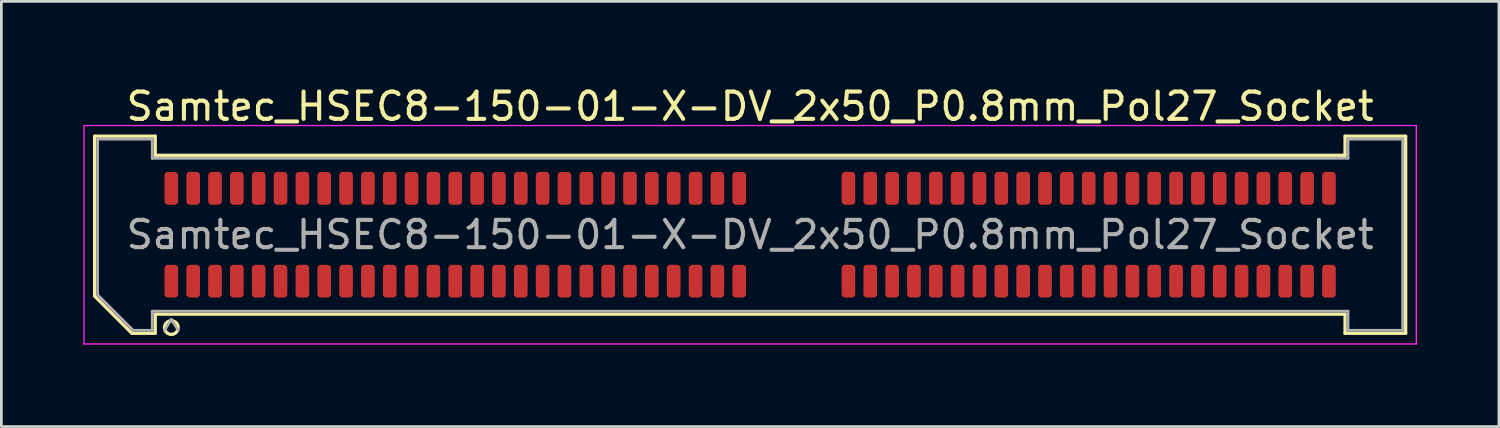
<source format=kicad_pcb>
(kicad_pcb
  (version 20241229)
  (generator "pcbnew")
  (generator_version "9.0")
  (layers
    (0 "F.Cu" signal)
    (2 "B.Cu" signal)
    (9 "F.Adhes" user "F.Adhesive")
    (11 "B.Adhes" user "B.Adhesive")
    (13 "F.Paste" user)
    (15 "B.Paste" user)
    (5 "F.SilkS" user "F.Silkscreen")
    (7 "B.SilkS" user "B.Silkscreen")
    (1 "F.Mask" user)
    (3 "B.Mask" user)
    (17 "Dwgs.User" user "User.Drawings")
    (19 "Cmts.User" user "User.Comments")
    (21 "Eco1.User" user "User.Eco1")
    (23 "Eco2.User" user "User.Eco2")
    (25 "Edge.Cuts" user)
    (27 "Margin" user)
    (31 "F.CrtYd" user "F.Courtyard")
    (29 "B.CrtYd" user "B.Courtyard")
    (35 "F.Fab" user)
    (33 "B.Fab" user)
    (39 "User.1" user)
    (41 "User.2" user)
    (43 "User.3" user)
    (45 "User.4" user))
  (footprint "Samtec_HSEC8-150-01-X-DV_2x50_P0.8mm_Pol27_Socket"
    (layer "F.Cu")
    (at 24.425 5.548)
    (property "Reference" "Samtec_HSEC8-150-01-X-DV_2x50_P0.8mm_Pol27_Socket" (at 0 -4.7 0) (layer "F.SilkS") (effects (font (size 1 1) (thickness 0.15))))
    (attr smd)
    (fp_line (start -24.01 -3.61) (end -21.79 -3.61) (stroke (width 0.12) (type solid)) (layer "F.SilkS"))
    (fp_line (start -24.01 2.246) (end -24.01 -3.61) (stroke (width 0.12) (type solid)) (layer "F.SilkS"))
    (fp_line (start -22.646 3.61) (end -24.01 2.246) (stroke (width 0.12) (type solid)) (layer "F.SilkS"))
    (fp_line (start -21.79 -3.61) (end -21.79 -2.91) (stroke (width 0.12) (type solid)) (layer "F.SilkS"))
    (fp_line (start -21.79 -2.91) (end 21.79 -2.91) (stroke (width 0.12) (type solid)) (layer "F.SilkS"))
    (fp_line (start -21.79 2.91) (end -21.79 3.61) (stroke (width 0.12) (type solid)) (layer "F.SilkS"))
    (fp_line (start -21.79 3.61) (end -22.646 3.61) (stroke (width 0.12) (type solid)) (layer "F.SilkS"))
    (fp_line (start 21.79 -3.61) (end 24.01 -3.61) (stroke (width 0.12) (type solid)) (layer "F.SilkS"))
    (fp_line (start 21.79 -2.91) (end 21.79 -3.61) (stroke (width 0.12) (type solid)) (layer "F.SilkS"))
    (fp_line (start 21.79 2.91) (end -21.79 2.91) (stroke (width 0.12) (type solid)) (layer "F.SilkS"))
    (fp_line (start 21.79 3.61) (end 21.79 2.91) (stroke (width 0.12) (type solid)) (layer "F.SilkS"))
    (fp_line (start 24.01 -3.61) (end 24.01 3.61) (stroke (width 0.12) (type solid)) (layer "F.SilkS"))
    (fp_line (start 24.01 3.61) (end 21.79 3.61) (stroke (width 0.12) (type solid)) (layer "F.SilkS"))
    (fp_arc (start -20.95 3.4) (mid -21.45 3.4) (end -20.95 3.4) (stroke (width 0.12) (type solid)) (layer "F.SilkS"))
    (fp_line (start -24.4 -4) (end -24.4 4) (stroke (width 0.05) (type solid)) (layer "F.CrtYd"))
    (fp_line (start -24.4 4) (end 24.4 4) (stroke (width 0.05) (type solid)) (layer "F.CrtYd"))
    (fp_line (start 24.4 -4) (end -24.4 -4) (stroke (width 0.05) (type solid)) (layer "F.CrtYd"))
    (fp_line (start 24.4 4) (end 24.4 -4) (stroke (width 0.05) (type solid)) (layer "F.CrtYd"))
    (fp_line (start -23.9 -3.5) (end -21.9 -3.5) (stroke (width 0.1) (type solid)) (layer "F.Fab"))
    (fp_line (start -23.9 2.2) (end -23.9 -3.5) (stroke (width 0.1) (type solid)) (layer "F.Fab"))
    (fp_line (start -22.6 3.5) (end -23.9 2.2) (stroke (width 0.1) (type solid)) (layer "F.Fab"))
    (fp_line (start -21.9 -3.5) (end -21.9 -2.8) (stroke (width 0.1) (type solid)) (layer "F.Fab"))
    (fp_line (start -21.9 -2.8) (end 21.9 -2.8) (stroke (width 0.1) (type solid)) (layer "F.Fab"))
    (fp_line (start -21.9 2.8) (end -21.9 3.5) (stroke (width 0.1) (type solid)) (layer "F.Fab"))
    (fp_line (start -21.9 3.5) (end -22.6 3.5) (stroke (width 0.1) (type solid)) (layer "F.Fab"))
    (fp_line (start -21.2 3.1) (end -21.45 3.5) (stroke (width 0.1) (type solid)) (layer "F.Fab"))
    (fp_line (start -21.2 3.1) (end -20.95 3.5) (stroke (width 0.1) (type solid)) (layer "F.Fab"))
    (fp_line (start 21.9 -3.5) (end 23.9 -3.5) (stroke (width 0.1) (type solid)) (layer "F.Fab"))
    (fp_line (start 21.9 -2.8) (end 21.9 -3.5) (stroke (width 0.1) (type solid)) (layer "F.Fab"))
    (fp_line (start 21.9 2.8) (end -21.9 2.8) (stroke (width 0.1) (type solid)) (layer "F.Fab"))
    (fp_line (start 21.9 3.5) (end 21.9 2.8) (stroke (width 0.1) (type solid)) (layer "F.Fab"))
    (fp_line (start 23.9 -3.5) (end 23.9 3.5) (stroke (width 0.1) (type solid)) (layer "F.Fab"))
    (fp_line (start 23.9 3.5) (end 21.9 3.5) (stroke (width 0.1) (type solid)) (layer "F.Fab"))
    (fp_text user "${REFERENCE}" (at 0 0 0) (layer "F.Fab") (effects (font (size 1 1) (thickness 0.15))))
    (pad "1" smd roundrect (at -21.2 1.7) (size 0.5 1.2) (layers "F.Cu" "F.Mask" "F.Paste") (roundrect_rratio 0.25))
    (pad "2" smd roundrect (at -21.2 -1.7) (size 0.5 1.2) (layers "F.Cu" "F.Mask" "F.Paste") (roundrect_rratio 0.25))
    (pad "3" smd roundrect (at -20.4 1.7) (size 0.5 1.2) (layers "F.Cu" "F.Mask" "F.Paste") (roundrect_rratio 0.25))
    (pad "4" smd roundrect (at -20.4 -1.7) (size 0.5 1.2) (layers "F.Cu" "F.Mask" "F.Paste") (roundrect_rratio 0.25))
    (pad "5" smd roundrect (at -19.6 1.7) (size 0.5 1.2) (layers "F.Cu" "F.Mask" "F.Paste") (roundrect_rratio 0.25))
    (pad "6" smd roundrect (at -19.6 -1.7) (size 0.5 1.2) (layers "F.Cu" "F.Mask" "F.Paste") (roundrect_rratio 0.25))
    (pad "7" smd roundrect (at -18.8 1.7) (size 0.5 1.2) (layers "F.Cu" "F.Mask" "F.Paste") (roundrect_rratio 0.25))
    (pad "8" smd roundrect (at -18.8 -1.7) (size 0.5 1.2) (layers "F.Cu" "F.Mask" "F.Paste") (roundrect_rratio 0.25))
    (pad "9" smd roundrect (at -18 1.7) (size 0.5 1.2) (layers "F.Cu" "F.Mask" "F.Paste") (roundrect_rratio 0.25))
    (pad "10" smd roundrect (at -18 -1.7) (size 0.5 1.2) (layers "F.Cu" "F.Mask" "F.Paste") (roundrect_rratio 0.25))
    (pad "11" smd roundrect (at -17.2 1.7) (size 0.5 1.2) (layers "F.Cu" "F.Mask" "F.Paste") (roundrect_rratio 0.25))
    (pad "12" smd roundrect (at -17.2 -1.7) (size 0.5 1.2) (layers "F.Cu" "F.Mask" "F.Paste") (roundrect_rratio 0.25))
    (pad "13" smd roundrect (at -16.4 1.7) (size 0.5 1.2) (layers "F.Cu" "F.Mask" "F.Paste") (roundrect_rratio 0.25))
    (pad "14" smd roundrect (at -16.4 -1.7) (size 0.5 1.2) (layers "F.Cu" "F.Mask" "F.Paste") (roundrect_rratio 0.25))
    (pad "15" smd roundrect (at -15.6 1.7) (size 0.5 1.2) (layers "F.Cu" "F.Mask" "F.Paste") (roundrect_rratio 0.25))
    (pad "16" smd roundrect (at -15.6 -1.7) (size 0.5 1.2) (layers "F.Cu" "F.Mask" "F.Paste") (roundrect_rratio 0.25))
    (pad "17" smd roundrect (at -14.8 1.7) (size 0.5 1.2) (layers "F.Cu" "F.Mask" "F.Paste") (roundrect_rratio 0.25))
    (pad "18" smd roundrect (at -14.8 -1.7) (size 0.5 1.2) (layers "F.Cu" "F.Mask" "F.Paste") (roundrect_rratio 0.25))
    (pad "19" smd roundrect (at -14 1.7) (size 0.5 1.2) (layers "F.Cu" "F.Mask" "F.Paste") (roundrect_rratio 0.25))
    (pad "20" smd roundrect (at -14 -1.7) (size 0.5 1.2) (layers "F.Cu" "F.Mask" "F.Paste") (roundrect_rratio 0.25))
    (pad "21" smd roundrect (at -13.2 1.7) (size 0.5 1.2) (layers "F.Cu" "F.Mask" "F.Paste") (roundrect_rratio 0.25))
    (pad "22" smd roundrect (at -13.2 -1.7) (size 0.5 1.2) (layers "F.Cu" "F.Mask" "F.Paste") (roundrect_rratio 0.25))
    (pad "23" smd roundrect (at -12.4 1.7) (size 0.5 1.2) (layers "F.Cu" "F.Mask" "F.Paste") (roundrect_rratio 0.25))
    (pad "24" smd roundrect (at -12.4 -1.7) (size 0.5 1.2) (layers "F.Cu" "F.Mask" "F.Paste") (roundrect_rratio 0.25))
    (pad "25" smd roundrect (at -11.6 1.7) (size 0.5 1.2) (layers "F.Cu" "F.Mask" "F.Paste") (roundrect_rratio 0.25))
    (pad "26" smd roundrect (at -11.6 -1.7) (size 0.5 1.2) (layers "F.Cu" "F.Mask" "F.Paste") (roundrect_rratio 0.25))
    (pad "27" smd roundrect (at -10.8 1.7) (size 0.5 1.2) (layers "F.Cu" "F.Mask" "F.Paste") (roundrect_rratio 0.25))
    (pad "28" smd roundrect (at -10.8 -1.7) (size 0.5 1.2) (layers "F.Cu" "F.Mask" "F.Paste") (roundrect_rratio 0.25))
    (pad "29" smd roundrect (at -10 1.7) (size 0.5 1.2) (layers "F.Cu" "F.Mask" "F.Paste") (roundrect_rratio 0.25))
    (pad "30" smd roundrect (at -10 -1.7) (size 0.5 1.2) (layers "F.Cu" "F.Mask" "F.Paste") (roundrect_rratio 0.25))
    (pad "31" smd roundrect (at -9.2 1.7) (size 0.5 1.2) (layers "F.Cu" "F.Mask" "F.Paste") (roundrect_rratio 0.25))
    (pad "32" smd roundrect (at -9.2 -1.7) (size 0.5 1.2) (layers "F.Cu" "F.Mask" "F.Paste") (roundrect_rratio 0.25))
    (pad "33" smd roundrect (at -8.4 1.7) (size 0.5 1.2) (layers "F.Cu" "F.Mask" "F.Paste") (roundrect_rratio 0.25))
    (pad "34" smd roundrect (at -8.4 -1.7) (size 0.5 1.2) (layers "F.Cu" "F.Mask" "F.Paste") (roundrect_rratio 0.25))
    (pad "35" smd roundrect (at -7.6 1.7) (size 0.5 1.2) (layers "F.Cu" "F.Mask" "F.Paste") (roundrect_rratio 0.25))
    (pad "36" smd roundrect (at -7.6 -1.7) (size 0.5 1.2) (layers "F.Cu" "F.Mask" "F.Paste") (roundrect_rratio 0.25))
    (pad "37" smd roundrect (at -6.8 1.7) (size 0.5 1.2) (layers "F.Cu" "F.Mask" "F.Paste") (roundrect_rratio 0.25))
    (pad "38" smd roundrect (at -6.8 -1.7) (size 0.5 1.2) (layers "F.Cu" "F.Mask" "F.Paste") (roundrect_rratio 0.25))
    (pad "39" smd roundrect (at -6 1.7) (size 0.5 1.2) (layers "F.Cu" "F.Mask" "F.Paste") (roundrect_rratio 0.25))
    (pad "40" smd roundrect (at -6 -1.7) (size 0.5 1.2) (layers "F.Cu" "F.Mask" "F.Paste") (roundrect_rratio 0.25))
    (pad "41" smd roundrect (at -5.2 1.7) (size 0.5 1.2) (layers "F.Cu" "F.Mask" "F.Paste") (roundrect_rratio 0.25))
    (pad "42" smd roundrect (at -5.2 -1.7) (size 0.5 1.2) (layers "F.Cu" "F.Mask" "F.Paste") (roundrect_rratio 0.25))
    (pad "43" smd roundrect (at -4.4 1.7) (size 0.5 1.2) (layers "F.Cu" "F.Mask" "F.Paste") (roundrect_rratio 0.25))
    (pad "44" smd roundrect (at -4.4 -1.7) (size 0.5 1.2) (layers "F.Cu" "F.Mask" "F.Paste") (roundrect_rratio 0.25))
    (pad "45" smd roundrect (at -3.6 1.7) (size 0.5 1.2) (layers "F.Cu" "F.Mask" "F.Paste") (roundrect_rratio 0.25))
    (pad "46" smd roundrect (at -3.6 -1.7) (size 0.5 1.2) (layers "F.Cu" "F.Mask" "F.Paste") (roundrect_rratio 0.25))
    (pad "47" smd roundrect (at -2.8 1.7) (size 0.5 1.2) (layers "F.Cu" "F.Mask" "F.Paste") (roundrect_rratio 0.25))
    (pad "48" smd roundrect (at -2.8 -1.7) (size 0.5 1.2) (layers "F.Cu" "F.Mask" "F.Paste") (roundrect_rratio 0.25))
    (pad "49" smd roundrect (at -2 1.7) (size 0.5 1.2) (layers "F.Cu" "F.Mask" "F.Paste") (roundrect_rratio 0.25))
    (pad "50" smd roundrect (at -2 -1.7) (size 0.5 1.2) (layers "F.Cu" "F.Mask" "F.Paste") (roundrect_rratio 0.25))
    (pad "51" smd roundrect (at -1.2 1.7) (size 0.5 1.2) (layers "F.Cu" "F.Mask" "F.Paste") (roundrect_rratio 0.25))
    (pad "52" smd roundrect (at -1.2 -1.7) (size 0.5 1.2) (layers "F.Cu" "F.Mask" "F.Paste") (roundrect_rratio 0.25))
    (pad "53" smd roundrect (at -0.4 1.7) (size 0.5 1.2) (layers "F.Cu" "F.Mask" "F.Paste") (roundrect_rratio 0.25))
    (pad "54" smd roundrect (at -0.4 -1.7) (size 0.5 1.2) (layers "F.Cu" "F.Mask" "F.Paste") (roundrect_rratio 0.25))
    (pad "55" smd roundrect (at 3.6 1.7) (size 0.5 1.2) (layers "F.Cu" "F.Mask" "F.Paste") (roundrect_rratio 0.25))
    (pad "56" smd roundrect (at 3.6 -1.7) (size 0.5 1.2) (layers "F.Cu" "F.Mask" "F.Paste") (roundrect_rratio 0.25))
    (pad "57" smd roundrect (at 4.4 1.7) (size 0.5 1.2) (layers "F.Cu" "F.Mask" "F.Paste") (roundrect_rratio 0.25))
    (pad "58" smd roundrect (at 4.4 -1.7) (size 0.5 1.2) (layers "F.Cu" "F.Mask" "F.Paste") (roundrect_rratio 0.25))
    (pad "59" smd roundrect (at 5.2 1.7) (size 0.5 1.2) (layers "F.Cu" "F.Mask" "F.Paste") (roundrect_rratio 0.25))
    (pad "60" smd roundrect (at 5.2 -1.7) (size 0.5 1.2) (layers "F.Cu" "F.Mask" "F.Paste") (roundrect_rratio 0.25))
    (pad "61" smd roundrect (at 6 1.7) (size 0.5 1.2) (layers "F.Cu" "F.Mask" "F.Paste") (roundrect_rratio 0.25))
    (pad "62" smd roundrect (at 6 -1.7) (size 0.5 1.2) (layers "F.Cu" "F.Mask" "F.Paste") (roundrect_rratio 0.25))
    (pad "63" smd roundrect (at 6.8 1.7) (size 0.5 1.2) (layers "F.Cu" "F.Mask" "F.Paste") (roundrect_rratio 0.25))
    (pad "64" smd roundrect (at 6.8 -1.7) (size 0.5 1.2) (layers "F.Cu" "F.Mask" "F.Paste") (roundrect_rratio 0.25))
    (pad "65" smd roundrect (at 7.6 1.7) (size 0.5 1.2) (layers "F.Cu" "F.Mask" "F.Paste") (roundrect_rratio 0.25))
    (pad "66" smd roundrect (at 7.6 -1.7) (size 0.5 1.2) (layers "F.Cu" "F.Mask" "F.Paste") (roundrect_rratio 0.25))
    (pad "67" smd roundrect (at 8.4 1.7) (size 0.5 1.2) (layers "F.Cu" "F.Mask" "F.Paste") (roundrect_rratio 0.25))
    (pad "68" smd roundrect (at 8.4 -1.7) (size 0.5 1.2) (layers "F.Cu" "F.Mask" "F.Paste") (roundrect_rratio 0.25))
    (pad "69" smd roundrect (at 9.2 1.7) (size 0.5 1.2) (layers "F.Cu" "F.Mask" "F.Paste") (roundrect_rratio 0.25))
    (pad "70" smd roundrect (at 9.2 -1.7) (size 0.5 1.2) (layers "F.Cu" "F.Mask" "F.Paste") (roundrect_rratio 0.25))
    (pad "71" smd roundrect (at 10 1.7) (size 0.5 1.2) (layers "F.Cu" "F.Mask" "F.Paste") (roundrect_rratio 0.25))
    (pad "72" smd roundrect (at 10 -1.7) (size 0.5 1.2) (layers "F.Cu" "F.Mask" "F.Paste") (roundrect_rratio 0.25))
    (pad "73" smd roundrect (at 10.8 1.7) (size 0.5 1.2) (layers "F.Cu" "F.Mask" "F.Paste") (roundrect_rratio 0.25))
    (pad "74" smd roundrect (at 10.8 -1.7) (size 0.5 1.2) (layers "F.Cu" "F.Mask" "F.Paste") (roundrect_rratio 0.25))
    (pad "75" smd roundrect (at 11.6 1.7) (size 0.5 1.2) (layers "F.Cu" "F.Mask" "F.Paste") (roundrect_rratio 0.25))
    (pad "76" smd roundrect (at 11.6 -1.7) (size 0.5 1.2) (layers "F.Cu" "F.Mask" "F.Paste") (roundrect_rratio 0.25))
    (pad "77" smd roundrect (at 12.4 1.7) (size 0.5 1.2) (layers "F.Cu" "F.Mask" "F.Paste") (roundrect_rratio 0.25))
    (pad "78" smd roundrect (at 12.4 -1.7) (size 0.5 1.2) (layers "F.Cu" "F.Mask" "F.Paste") (roundrect_rratio 0.25))
    (pad "79" smd roundrect (at 13.2 1.7) (size 0.5 1.2) (layers "F.Cu" "F.Mask" "F.Paste") (roundrect_rratio 0.25))
    (pad "80" smd roundrect (at 13.2 -1.7) (size 0.5 1.2) (layers "F.Cu" "F.Mask" "F.Paste") (roundrect_rratio 0.25))
    (pad "81" smd roundrect (at 14 1.7) (size 0.5 1.2) (layers "F.Cu" "F.Mask" "F.Paste") (roundrect_rratio 0.25))
    (pad "82" smd roundrect (at 14 -1.7) (size 0.5 1.2) (layers "F.Cu" "F.Mask" "F.Paste") (roundrect_rratio 0.25))
    (pad "83" smd roundrect (at 14.8 1.7) (size 0.5 1.2) (layers "F.Cu" "F.Mask" "F.Paste") (roundrect_rratio 0.25))
    (pad "84" smd roundrect (at 14.8 -1.7) (size 0.5 1.2) (layers "F.Cu" "F.Mask" "F.Paste") (roundrect_rratio 0.25))
    (pad "85" smd roundrect (at 15.6 1.7) (size 0.5 1.2) (layers "F.Cu" "F.Mask" "F.Paste") (roundrect_rratio 0.25))
    (pad "86" smd roundrect (at 15.6 -1.7) (size 0.5 1.2) (layers "F.Cu" "F.Mask" "F.Paste") (roundrect_rratio 0.25))
    (pad "87" smd roundrect (at 16.4 1.7) (size 0.5 1.2) (layers "F.Cu" "F.Mask" "F.Paste") (roundrect_rratio 0.25))
    (pad "88" smd roundrect (at 16.4 -1.7) (size 0.5 1.2) (layers "F.Cu" "F.Mask" "F.Paste") (roundrect_rratio 0.25))
    (pad "89" smd roundrect (at 17.2 1.7) (size 0.5 1.2) (layers "F.Cu" "F.Mask" "F.Paste") (roundrect_rratio 0.25))
    (pad "90" smd roundrect (at 17.2 -1.7) (size 0.5 1.2) (layers "F.Cu" "F.Mask" "F.Paste") (roundrect_rratio 0.25))
    (pad "91" smd roundrect (at 18 1.7) (size 0.5 1.2) (layers "F.Cu" "F.Mask" "F.Paste") (roundrect_rratio 0.25))
    (pad "92" smd roundrect (at 18 -1.7) (size 0.5 1.2) (layers "F.Cu" "F.Mask" "F.Paste") (roundrect_rratio 0.25))
    (pad "93" smd roundrect (at 18.8 1.7) (size 0.5 1.2) (layers "F.Cu" "F.Mask" "F.Paste") (roundrect_rratio 0.25))
    (pad "94" smd roundrect (at 18.8 -1.7) (size 0.5 1.2) (layers "F.Cu" "F.Mask" "F.Paste") (roundrect_rratio 0.25))
    (pad "95" smd roundrect (at 19.6 1.7) (size 0.5 1.2) (layers "F.Cu" "F.Mask" "F.Paste") (roundrect_rratio 0.25))
    (pad "96" smd roundrect (at 19.6 -1.7) (size 0.5 1.2) (layers "F.Cu" "F.Mask" "F.Paste") (roundrect_rratio 0.25))
    (pad "97" smd roundrect (at 20.4 1.7) (size 0.5 1.2) (layers "F.Cu" "F.Mask" "F.Paste") (roundrect_rratio 0.25))
    (pad "98" smd roundrect (at 20.4 -1.7) (size 0.5 1.2) (layers "F.Cu" "F.Mask" "F.Paste") (roundrect_rratio 0.25))
    (pad "99" smd roundrect (at 21.2 1.7) (size 0.5 1.2) (layers "F.Cu" "F.Mask" "F.Paste") (roundrect_rratio 0.25))
    (pad "100" smd roundrect (at 21.2 -1.7) (size 0.5 1.2) (layers "F.Cu" "F.Mask" "F.Paste") (roundrect_rratio 0.25)))
  (gr_rect
    (start -3 -3)
    (end 51.85 12.573)
    (stroke (width 0.1) (type default))
    (fill no)
    (layer "Edge.Cuts")))
</source>
